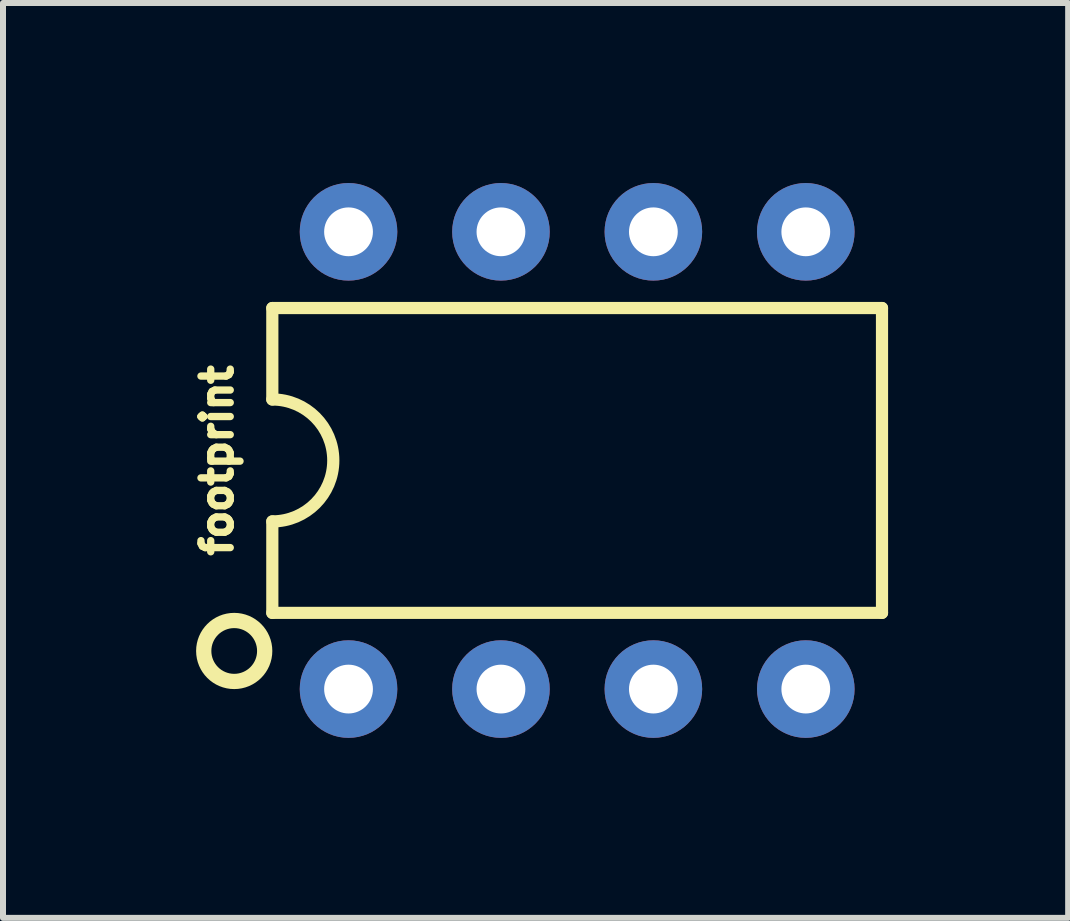
<source format=kicad_pcb>
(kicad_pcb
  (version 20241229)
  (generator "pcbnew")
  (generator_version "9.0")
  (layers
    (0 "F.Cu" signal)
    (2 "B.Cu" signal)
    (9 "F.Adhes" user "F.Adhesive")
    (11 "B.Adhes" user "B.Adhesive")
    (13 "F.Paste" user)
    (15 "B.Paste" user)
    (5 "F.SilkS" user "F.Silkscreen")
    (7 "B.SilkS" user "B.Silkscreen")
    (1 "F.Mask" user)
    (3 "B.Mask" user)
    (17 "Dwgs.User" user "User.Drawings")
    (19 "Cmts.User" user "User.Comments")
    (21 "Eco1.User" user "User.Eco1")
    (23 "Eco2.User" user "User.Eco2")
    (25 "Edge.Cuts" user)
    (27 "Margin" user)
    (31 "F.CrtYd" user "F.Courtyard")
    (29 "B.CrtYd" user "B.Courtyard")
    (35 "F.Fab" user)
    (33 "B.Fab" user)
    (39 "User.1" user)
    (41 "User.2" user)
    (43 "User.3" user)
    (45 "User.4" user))
  (footprint "footprint"
    (layer "F.Cu")
    (at 6.568 4.623)
    (property "Reference" "footprint" (at -5.715 0 90) (layer "F.SilkS") (effects (font (size 0.488 0.488) (thickness 0.122)) (justify bottom)))
    (fp_line (start -5.08 -2.54) (end -5.08 -1.016) (stroke (width 0.203) (type solid)) (layer "F.SilkS"))
    (fp_line (start -5.08 2.54) (end -5.08 1.016) (stroke (width 0.203) (type solid)) (layer "F.SilkS"))
    (fp_line (start -5.08 2.54) (end 5.08 2.54) (stroke (width 0.203) (type solid)) (layer "F.SilkS"))
    (fp_line (start 5.08 -2.54) (end -5.08 -2.54) (stroke (width 0.203) (type solid)) (layer "F.SilkS"))
    (fp_line (start 5.08 -2.54) (end 5.08 2.54) (stroke (width 0.203) (type solid)) (layer "F.SilkS"))
    (fp_arc (start -5.08 -1.016) (mid -4.064 0) (end -5.08 1.016) (stroke (width 0.2032) (type solid)) (layer "F.SilkS"))
    (fp_circle (center -5.715 3.175) (end -5.207 3.175) (stroke (width 0.254) (type solid)) (fill no) (layer "F.SilkS"))
    (pad "1" thru_hole circle (at -3.81 3.81 90) (size 1.626 1.626) (drill 0.813) (layers "*.Cu" "*.Mask"))
    (pad "2" thru_hole circle (at -1.27 3.81 90) (size 1.626 1.626) (drill 0.813) (layers "*.Cu" "*.Mask"))
    (pad "3" thru_hole circle (at 1.27 3.81 90) (size 1.626 1.626) (drill 0.813) (layers "*.Cu" "*.Mask"))
    (pad "4" thru_hole circle (at 3.81 3.81 90) (size 1.626 1.626) (drill 0.813) (layers "*.Cu" "*.Mask"))
    (pad "5" thru_hole circle (at 3.81 -3.81 90) (size 1.626 1.626) (drill 0.813) (layers "*.Cu" "*.Mask"))
    (pad "6" thru_hole circle (at 1.27 -3.81 90) (size 1.626 1.626) (drill 0.813) (layers "*.Cu" "*.Mask"))
    (pad "7" thru_hole circle (at -1.27 -3.81 90) (size 1.626 1.626) (drill 0.813) (layers "*.Cu" "*.Mask"))
    (pad "8" thru_hole circle (at -3.81 -3.81 90) (size 1.626 1.626) (drill 0.813) (layers "*.Cu" "*.Mask")))
  (gr_rect
    (start -3 -3)
    (end 14.75 12.246)
    (stroke (width 0.1) (type default))
    (fill no)
    (layer "Edge.Cuts")))
</source>
